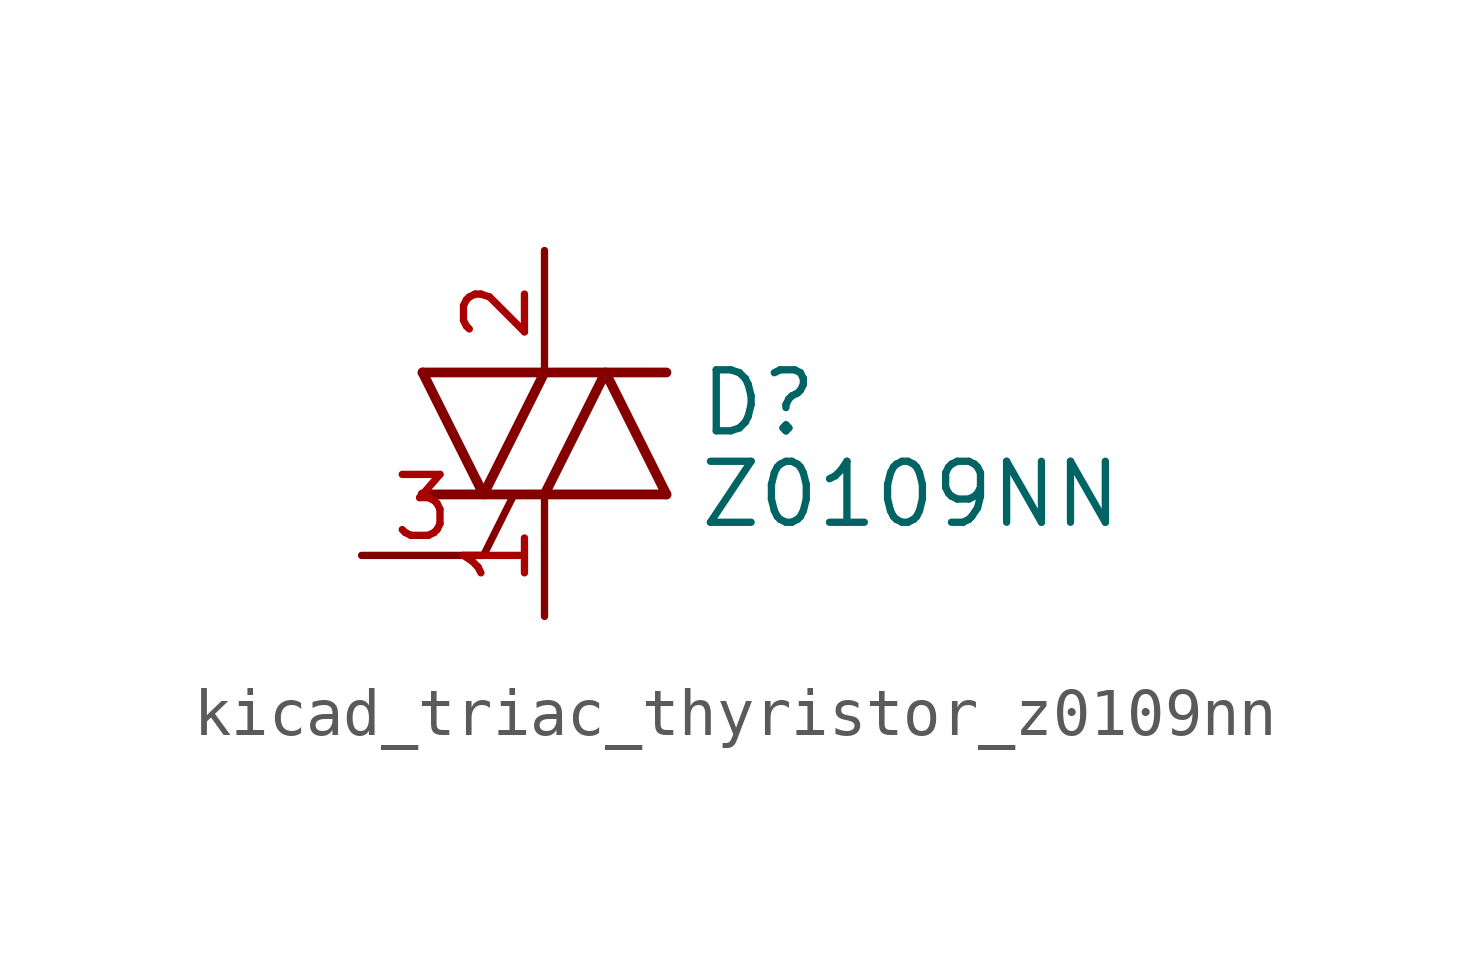
<source format=kicad_sym>
(kicad_symbol_lib
  (version 20220914)
  (generator kicad_symbol_editor)
  (symbol "kicad_triac_thyristor_z0109nn"
    (pin_names
      (offset 0) hide)
    (property "Reference" "D"
      (at 3.175 0.635 0)
      (effects (font (size 1.27 1.27)) (justify left)))
    (property "Value" "Z0109NN"
      (at 3.175 -1.27 0)
      (effects (font (size 1.27 1.27)) (justify left)))
    (symbol "kicad_triac_thyristor_z0109nn_0_1"
      (polyline (pts (xy -2.54 -1.27) (xy 2.54 -1.27)) (stroke (width 0.203) (type default)) (fill (type none)))
      (polyline (pts (xy -2.54 1.27) (xy 2.54 1.27)) (stroke (width 0.203) (type default)) (fill (type none)))
      (polyline (pts (xy -1.27 -2.54) (xy -0.635 -1.27)) (stroke (width 0) (type default)) (fill (type none)))
      (polyline (pts (xy -2.54 1.27) (xy -1.27 -1.27) (xy 0 1.27)) (stroke (width 0.203) (type default)) (fill (type none)))
      (polyline (pts (xy 0 -1.27) (xy 1.27 1.27) (xy 2.54 -1.27)) (stroke (width 0.203) (type default)) (fill (type none))))
    (symbol "kicad_triac_thyristor_z0109nn_1_1"
      (pin passive line (at 0 -3.81 90) (length 2.54) (name "A1" (effects (font (size 1.27 1.27)))) (number "1" (effects (font (size 1.27 1.27)))))
      (pin passive line (at 0 3.81 270) (length 2.54) (name "A2" (effects (font (size 1.27 1.27)))) (number "2" (effects (font (size 1.27 1.27)))))
      (pin input line (at -3.81 -2.54 0) (length 2.54) (name "G" (effects (font (size 1.27 1.27)))) (number "3" (effects (font (size 1.27 1.27)))))
      (pin passive line (at 0 3.81 270) (length 2.54) hide (name "A4" (effects (font (size 1.27 1.27)))) (number "4" (effects (font (size 1.27 1.27))))))))
</source>
